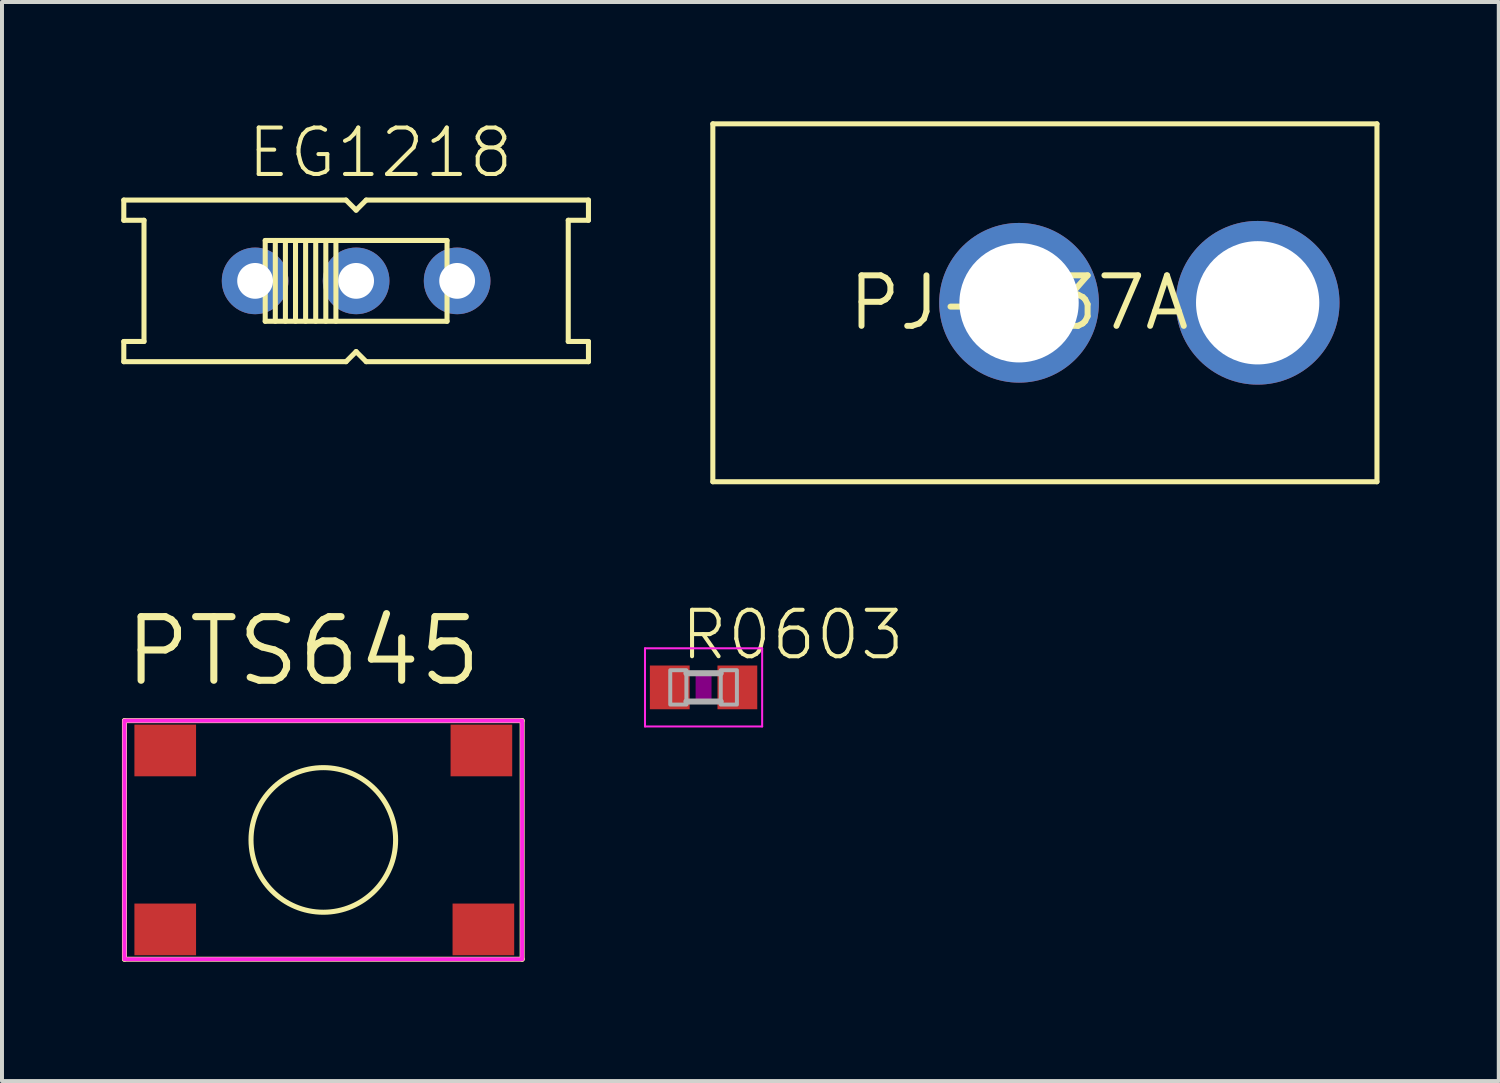
<source format=kicad_pcb>
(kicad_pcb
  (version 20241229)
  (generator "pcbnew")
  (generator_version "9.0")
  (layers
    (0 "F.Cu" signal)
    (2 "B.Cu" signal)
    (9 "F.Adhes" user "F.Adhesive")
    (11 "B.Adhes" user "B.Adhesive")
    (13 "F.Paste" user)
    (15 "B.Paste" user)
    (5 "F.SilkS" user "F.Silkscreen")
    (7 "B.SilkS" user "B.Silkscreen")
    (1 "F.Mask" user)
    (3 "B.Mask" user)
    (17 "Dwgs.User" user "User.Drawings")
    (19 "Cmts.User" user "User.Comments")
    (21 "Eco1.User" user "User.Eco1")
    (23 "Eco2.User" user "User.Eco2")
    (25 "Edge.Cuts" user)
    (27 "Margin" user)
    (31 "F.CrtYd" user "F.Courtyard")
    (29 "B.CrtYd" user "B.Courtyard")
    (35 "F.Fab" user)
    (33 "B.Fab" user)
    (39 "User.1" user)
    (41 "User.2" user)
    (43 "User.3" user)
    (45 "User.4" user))
  (footprint "EG1218"
    (layer "F.Cu")
    (at 5.905 4.013)
    (property "Reference" "EG1218" (at -2.794 -2.54 0) (layer "F.SilkS") (effects (font (size 1.168 1.168) (thickness 0.102)) (justify left bottom)))
    (fp_line (start -5.842 -2.032) (end -0.254 -2.032) (stroke (width 0.127) (type solid)) (layer "F.SilkS"))
    (fp_line (start -5.842 -1.524) (end -5.842 -2.032) (stroke (width 0.127) (type solid)) (layer "F.SilkS"))
    (fp_line (start -5.842 1.524) (end -5.334 1.524) (stroke (width 0.127) (type solid)) (layer "F.SilkS"))
    (fp_line (start -5.842 2.032) (end -5.842 1.524) (stroke (width 0.127) (type solid)) (layer "F.SilkS"))
    (fp_line (start -5.334 -1.524) (end -5.842 -1.524) (stroke (width 0.127) (type solid)) (layer "F.SilkS"))
    (fp_line (start -5.334 1.524) (end -5.334 -1.524) (stroke (width 0.127) (type solid)) (layer "F.SilkS"))
    (fp_line (start -2.286 -1.016) (end 2.286 -1.016) (stroke (width 0.127) (type solid)) (layer "F.SilkS"))
    (fp_line (start -2.286 1.016) (end -2.286 -1.016) (stroke (width 0.127) (type solid)) (layer "F.SilkS"))
    (fp_line (start -2.032 -1.016) (end -2.032 1.016) (stroke (width 0.127) (type solid)) (layer "F.SilkS"))
    (fp_line (start -1.778 1.016) (end -1.778 -1.016) (stroke (width 0.127) (type solid)) (layer "F.SilkS"))
    (fp_line (start -1.524 -1.016) (end -1.524 1.016) (stroke (width 0.127) (type solid)) (layer "F.SilkS"))
    (fp_line (start -1.27 1.016) (end -1.27 -1.016) (stroke (width 0.127) (type solid)) (layer "F.SilkS"))
    (fp_line (start -1.016 -1.016) (end -1.016 1.016) (stroke (width 0.127) (type solid)) (layer "F.SilkS"))
    (fp_line (start -0.762 1.016) (end -0.762 -1.016) (stroke (width 0.127) (type solid)) (layer "F.SilkS"))
    (fp_line (start -0.508 -1.016) (end -0.508 1.016) (stroke (width 0.127) (type solid)) (layer "F.SilkS"))
    (fp_line (start -0.254 -2.032) (end 0 -1.778) (stroke (width 0.127) (type solid)) (layer "F.SilkS"))
    (fp_line (start -0.254 2.032) (end -5.842 2.032) (stroke (width 0.127) (type solid)) (layer "F.SilkS"))
    (fp_line (start 0 -1.778) (end 0.254 -2.032) (stroke (width 0.127) (type solid)) (layer "F.SilkS"))
    (fp_line (start 0 1.778) (end -0.254 2.032) (stroke (width 0.127) (type solid)) (layer "F.SilkS"))
    (fp_line (start 0.254 -2.032) (end 5.842 -2.032) (stroke (width 0.127) (type solid)) (layer "F.SilkS"))
    (fp_line (start 0.254 2.032) (end 0 1.778) (stroke (width 0.127) (type solid)) (layer "F.SilkS"))
    (fp_line (start 2.286 -1.016) (end 2.286 1.016) (stroke (width 0.127) (type solid)) (layer "F.SilkS"))
    (fp_line (start 2.286 1.016) (end -2.286 1.016) (stroke (width 0.127) (type solid)) (layer "F.SilkS"))
    (fp_line (start 5.334 -1.524) (end 5.334 1.524) (stroke (width 0.127) (type solid)) (layer "F.SilkS"))
    (fp_line (start 5.334 1.524) (end 5.842 1.524) (stroke (width 0.127) (type solid)) (layer "F.SilkS"))
    (fp_line (start 5.842 -2.032) (end 5.842 -1.524) (stroke (width 0.127) (type solid)) (layer "F.SilkS"))
    (fp_line (start 5.842 -1.524) (end 5.334 -1.524) (stroke (width 0.127) (type solid)) (layer "F.SilkS"))
    (fp_line (start 5.842 1.524) (end 5.842 2.032) (stroke (width 0.127) (type solid)) (layer "F.SilkS"))
    (fp_line (start 5.842 2.032) (end 0.254 2.032) (stroke (width 0.127) (type solid)) (layer "F.SilkS"))
    (pad "O" thru_hole circle (at -2.54 0) (size 1.676 1.676) (drill 0.9) (layers "*.Cu" "*.Mask"))
    (pad "P" thru_hole circle (at 0 0) (size 1.676 1.676) (drill 0.9) (layers "*.Cu" "*.Mask"))
    (pad "S" thru_hole circle (at 2.54 0) (size 1.676 1.676) (drill 0.9) (layers "*.Cu" "*.Mask")))
  (footprint "PJ-037A"
    (layer "F.Cu")
    (at 22.575 4.564)
    (property "Reference" "PJ-037A" (at 0 0 0) (layer "F.SilkS") (effects (font (size 1.27 1.27) (thickness 0.15))))
    (fp_line (start -7.7 -4.5) (end -7.7 4.5) (stroke (width 0.127) (type solid)) (layer "F.SilkS"))
    (fp_line (start -7.7 -4.5) (end 9 -4.5) (stroke (width 0.127) (type solid)) (layer "F.SilkS"))
    (fp_line (start 9 -4.5) (end 9 4.5) (stroke (width 0.127) (type solid)) (layer "F.SilkS"))
    (fp_line (start 9 4.5) (end -7.7 4.5) (stroke (width 0.127) (type solid)) (layer "F.SilkS"))
    (pad "P$1" thru_hole circle (at 0 0) (size 4.016 4.016) (drill 3) (layers "*.Cu" "*.Mask"))
    (pad "P$2" thru_hole circle (at 6 0) (size 4.116 4.116) (drill 3.1) (layers "*.Cu" "*.Mask")))
  (footprint "PTS645"
    (layer "F.Cu")
    (at 5.08 18.071)
    (property "Reference" "PTS645" (at -5.08 -3.81 0) (layer "F.SilkS") (effects (font (size 1.6 1.6) (thickness 0.178)) (justify left bottom)))
    (fp_line (start -5 -3) (end 5 -3) (stroke (width 0.127) (type solid)) (layer "F.SilkS"))
    (fp_line (start -5 3) (end -5 -3) (stroke (width 0.127) (type solid)) (layer "F.SilkS"))
    (fp_line (start 5 -3) (end 5 3) (stroke (width 0.127) (type solid)) (layer "F.SilkS"))
    (fp_line (start 5 3) (end -5 3) (stroke (width 0.127) (type solid)) (layer "F.SilkS"))
    (fp_circle (center 0 0) (end 1.818 0) (stroke (width 0.127) (type solid)) (fill no) (layer "F.SilkS"))
    (fp_poly (pts (xy -5 3) (xy 5 3) (xy 5 -3) (xy -5 -3)) (stroke (width 0.1) (type default)) (fill no) (layer "F.CrtYd"))
    (pad "1" smd rect (at -3.975 -2.25) (size 1.55 1.3) (layers "F.Cu" "F.Mask" "F.Paste"))
    (pad "2" smd rect (at 3.975 -2.25) (size 1.55 1.3) (layers "F.Cu" "F.Mask" "F.Paste"))
    (pad "3" smd rect (at -3.975 2.25) (size 1.55 1.3) (layers "F.Cu" "F.Mask" "F.Paste"))
    (pad "4" smd rect (at 4.025 2.25) (size 1.55 1.3) (layers "F.Cu" "F.Mask" "F.Paste")))
  (footprint "R0603"
    (layer "F.Cu")
    (at 14.642 14.235)
    (property "Reference" "R0603" (at -0.635 -0.635 0) (layer "F.SilkS") (effects (font (size 1.168 1.168) (thickness 0.102)) (justify left bottom)))
    (fp_poly (pts (xy -0.2 0.4) (xy 0.2 0.4) (xy 0.2 -0.4) (xy -0.2 -0.4)) (stroke (width 0) (type default)) (fill yes) (layer "F.Adhes"))
    (fp_line (start -1.473 -0.983) (end 1.473 -0.983) (stroke (width 0.051) (type solid)) (layer "F.CrtYd"))
    (fp_line (start -1.473 0.983) (end -1.473 -0.983) (stroke (width 0.051) (type solid)) (layer "F.CrtYd"))
    (fp_line (start 1.473 -0.983) (end 1.473 0.983) (stroke (width 0.051) (type solid)) (layer "F.CrtYd"))
    (fp_line (start 1.473 0.983) (end -1.473 0.983) (stroke (width 0.051) (type solid)) (layer "F.CrtYd"))
    (fp_line (start -0.432 0.356) (end 0.432 0.356) (stroke (width 0.152) (type solid)) (layer "F.Fab"))
    (fp_line (start 0.432 -0.356) (end -0.432 -0.356) (stroke (width 0.152) (type solid)) (layer "F.Fab"))
    (fp_poly (pts (xy -0.838 0.432) (xy -0.432 0.432) (xy -0.432 -0.432) (xy -0.838 -0.432)) (stroke (width 0.1) (type default)) (fill no) (layer "F.Fab"))
    (fp_poly (pts (xy 0.432 0.432) (xy 0.838 0.432) (xy 0.838 -0.432) (xy 0.432 -0.432)) (stroke (width 0.1) (type default)) (fill no) (layer "F.Fab"))
    (pad "1" smd rect (at -0.85 0) (size 1 1.1) (layers "F.Cu" "F.Mask" "F.Paste"))
    (pad "2" smd rect (at 0.85 0) (size 1 1.1) (layers "F.Cu" "F.Mask" "F.Paste")))
  (gr_rect
    (start -3 -3)
    (end 34.638 24.134)
    (stroke (width 0.1) (type default))
    (fill no)
    (layer "Edge.Cuts")))
</source>
